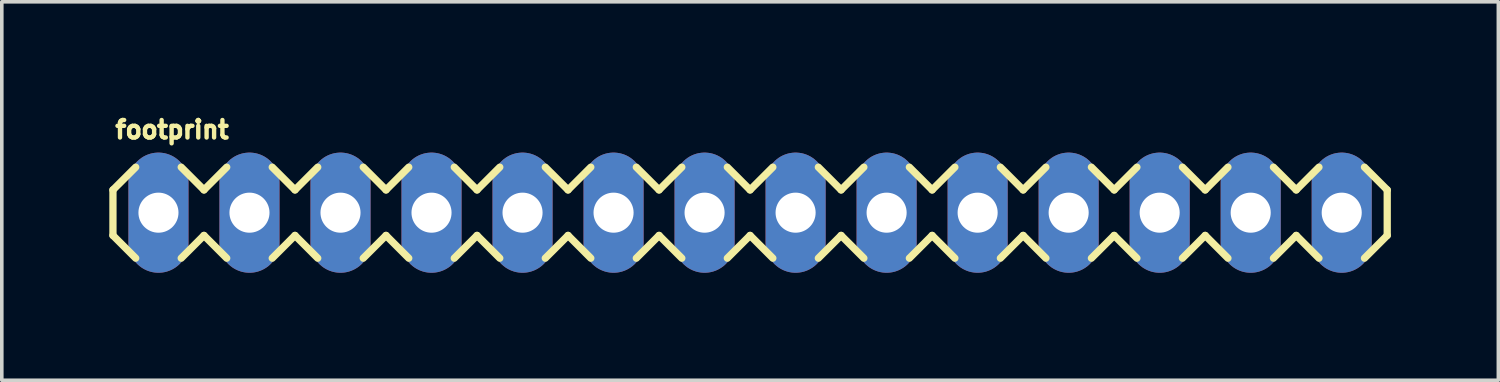
<source format=kicad_pcb>
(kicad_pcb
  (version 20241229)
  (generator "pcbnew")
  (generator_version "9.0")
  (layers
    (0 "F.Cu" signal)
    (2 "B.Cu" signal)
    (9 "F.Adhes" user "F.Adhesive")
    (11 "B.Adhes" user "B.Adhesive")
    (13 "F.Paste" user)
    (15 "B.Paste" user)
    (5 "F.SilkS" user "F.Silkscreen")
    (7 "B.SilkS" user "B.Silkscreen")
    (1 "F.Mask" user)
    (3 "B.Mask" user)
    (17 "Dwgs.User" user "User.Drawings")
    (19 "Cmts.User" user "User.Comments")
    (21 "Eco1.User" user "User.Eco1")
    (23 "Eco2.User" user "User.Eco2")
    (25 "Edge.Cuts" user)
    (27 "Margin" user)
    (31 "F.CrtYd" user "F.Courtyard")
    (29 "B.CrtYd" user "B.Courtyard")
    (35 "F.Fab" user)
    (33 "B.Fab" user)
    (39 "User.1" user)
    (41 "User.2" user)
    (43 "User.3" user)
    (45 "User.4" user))
  (footprint "footprint"
    (layer "F.Cu")
    (at 1.372 2.885)
    (property "Reference" "footprint" (at -1.27 -2.032 0) (layer "F.SilkS") (effects (font (size 0.488 0.488) (thickness 0.122)) (justify left bottom)))
    (fp_line (start -1.27 -0.635) (end -1.27 0.635) (stroke (width 0.203) (type solid)) (layer "F.SilkS"))
    (fp_line (start -1.27 0.635) (end -0.635 1.27) (stroke (width 0.203) (type solid)) (layer "F.SilkS"))
    (fp_line (start -0.635 -1.27) (end -1.27 -0.635) (stroke (width 0.203) (type solid)) (layer "F.SilkS"))
    (fp_line (start 0.635 -1.27) (end 1.27 -0.635) (stroke (width 0.203) (type solid)) (layer "F.SilkS"))
    (fp_line (start 1.27 -0.635) (end 1.905 -1.27) (stroke (width 0.203) (type solid)) (layer "F.SilkS"))
    (fp_line (start 1.27 0.635) (end 0.635 1.27) (stroke (width 0.203) (type solid)) (layer "F.SilkS"))
    (fp_line (start 1.905 1.27) (end 1.27 0.635) (stroke (width 0.203) (type solid)) (layer "F.SilkS"))
    (fp_line (start 3.175 -1.27) (end 3.81 -0.635) (stroke (width 0.203) (type solid)) (layer "F.SilkS"))
    (fp_line (start 3.81 -0.635) (end 4.445 -1.27) (stroke (width 0.203) (type solid)) (layer "F.SilkS"))
    (fp_line (start 3.81 0.635) (end 3.175 1.27) (stroke (width 0.203) (type solid)) (layer "F.SilkS"))
    (fp_line (start 4.445 1.27) (end 3.81 0.635) (stroke (width 0.203) (type solid)) (layer "F.SilkS"))
    (fp_line (start 5.715 -1.27) (end 6.35 -0.635) (stroke (width 0.203) (type solid)) (layer "F.SilkS"))
    (fp_line (start 6.35 0.635) (end 5.715 1.27) (stroke (width 0.203) (type solid)) (layer "F.SilkS"))
    (fp_line (start 6.35 0.635) (end 6.985 1.27) (stroke (width 0.203) (type solid)) (layer "F.SilkS"))
    (fp_line (start 6.985 -1.27) (end 6.35 -0.635) (stroke (width 0.203) (type solid)) (layer "F.SilkS"))
    (fp_line (start 8.255 -1.27) (end 8.89 -0.635) (stroke (width 0.203) (type solid)) (layer "F.SilkS"))
    (fp_line (start 8.89 -0.635) (end 9.525 -1.27) (stroke (width 0.203) (type solid)) (layer "F.SilkS"))
    (fp_line (start 8.89 0.635) (end 8.255 1.27) (stroke (width 0.203) (type solid)) (layer "F.SilkS"))
    (fp_line (start 9.525 1.27) (end 8.89 0.635) (stroke (width 0.203) (type solid)) (layer "F.SilkS"))
    (fp_line (start 10.795 -1.27) (end 11.43 -0.635) (stroke (width 0.203) (type solid)) (layer "F.SilkS"))
    (fp_line (start 11.43 -0.635) (end 12.065 -1.27) (stroke (width 0.203) (type solid)) (layer "F.SilkS"))
    (fp_line (start 11.43 0.635) (end 10.795 1.27) (stroke (width 0.203) (type solid)) (layer "F.SilkS"))
    (fp_line (start 12.065 1.27) (end 11.43 0.635) (stroke (width 0.203) (type solid)) (layer "F.SilkS"))
    (fp_line (start 13.335 -1.27) (end 13.97 -0.635) (stroke (width 0.203) (type solid)) (layer "F.SilkS"))
    (fp_line (start 13.97 0.635) (end 13.335 1.27) (stroke (width 0.203) (type solid)) (layer "F.SilkS"))
    (fp_line (start 13.97 0.635) (end 14.605 1.27) (stroke (width 0.203) (type solid)) (layer "F.SilkS"))
    (fp_line (start 14.605 -1.27) (end 13.97 -0.635) (stroke (width 0.203) (type solid)) (layer "F.SilkS"))
    (fp_line (start 15.875 -1.27) (end 16.51 -0.635) (stroke (width 0.203) (type solid)) (layer "F.SilkS"))
    (fp_line (start 16.51 0.635) (end 15.875 1.27) (stroke (width 0.203) (type solid)) (layer "F.SilkS"))
    (fp_line (start 16.51 0.635) (end 17.145 1.27) (stroke (width 0.203) (type solid)) (layer "F.SilkS"))
    (fp_line (start 17.145 -1.27) (end 16.51 -0.635) (stroke (width 0.203) (type solid)) (layer "F.SilkS"))
    (fp_line (start 18.415 -1.27) (end 19.05 -0.635) (stroke (width 0.203) (type solid)) (layer "F.SilkS"))
    (fp_line (start 19.05 -0.635) (end 19.685 -1.27) (stroke (width 0.203) (type solid)) (layer "F.SilkS"))
    (fp_line (start 19.05 0.635) (end 18.415 1.27) (stroke (width 0.203) (type solid)) (layer "F.SilkS"))
    (fp_line (start 19.685 1.27) (end 19.05 0.635) (stroke (width 0.203) (type solid)) (layer "F.SilkS"))
    (fp_line (start 20.955 -1.27) (end 21.59 -0.635) (stroke (width 0.203) (type solid)) (layer "F.SilkS"))
    (fp_line (start 21.59 -0.635) (end 22.225 -1.27) (stroke (width 0.203) (type solid)) (layer "F.SilkS"))
    (fp_line (start 21.59 0.635) (end 20.955 1.27) (stroke (width 0.203) (type solid)) (layer "F.SilkS"))
    (fp_line (start 22.225 1.27) (end 21.59 0.635) (stroke (width 0.203) (type solid)) (layer "F.SilkS"))
    (fp_line (start 23.495 -1.27) (end 24.13 -0.635) (stroke (width 0.203) (type solid)) (layer "F.SilkS"))
    (fp_line (start 24.13 0.635) (end 23.495 1.27) (stroke (width 0.203) (type solid)) (layer "F.SilkS"))
    (fp_line (start 24.13 0.635) (end 24.765 1.27) (stroke (width 0.203) (type solid)) (layer "F.SilkS"))
    (fp_line (start 24.765 -1.27) (end 24.13 -0.635) (stroke (width 0.203) (type solid)) (layer "F.SilkS"))
    (fp_line (start 26.035 -1.27) (end 26.67 -0.635) (stroke (width 0.203) (type solid)) (layer "F.SilkS"))
    (fp_line (start 26.67 -0.635) (end 27.305 -1.27) (stroke (width 0.203) (type solid)) (layer "F.SilkS"))
    (fp_line (start 26.67 0.635) (end 26.035 1.27) (stroke (width 0.203) (type solid)) (layer "F.SilkS"))
    (fp_line (start 27.305 1.27) (end 26.67 0.635) (stroke (width 0.203) (type solid)) (layer "F.SilkS"))
    (fp_line (start 28.575 -1.27) (end 29.21 -0.635) (stroke (width 0.203) (type solid)) (layer "F.SilkS"))
    (fp_line (start 29.21 -0.635) (end 29.845 -1.27) (stroke (width 0.203) (type solid)) (layer "F.SilkS"))
    (fp_line (start 29.21 0.635) (end 28.575 1.27) (stroke (width 0.203) (type solid)) (layer "F.SilkS"))
    (fp_line (start 29.845 1.27) (end 29.21 0.635) (stroke (width 0.203) (type solid)) (layer "F.SilkS"))
    (fp_line (start 31.115 -1.27) (end 31.75 -0.635) (stroke (width 0.203) (type solid)) (layer "F.SilkS"))
    (fp_line (start 31.75 0.635) (end 31.115 1.27) (stroke (width 0.203) (type solid)) (layer "F.SilkS"))
    (fp_line (start 31.75 0.635) (end 32.385 1.27) (stroke (width 0.203) (type solid)) (layer "F.SilkS"))
    (fp_line (start 32.385 -1.27) (end 31.75 -0.635) (stroke (width 0.203) (type solid)) (layer "F.SilkS"))
    (fp_line (start 33.655 -1.27) (end 34.29 -0.635) (stroke (width 0.203) (type solid)) (layer "F.SilkS"))
    (fp_line (start 34.29 -0.635) (end 34.29 0.635) (stroke (width 0.203) (type solid)) (layer "F.SilkS"))
    (fp_line (start 34.29 0.635) (end 33.655 1.27) (stroke (width 0.203) (type solid)) (layer "F.SilkS"))
    (fp_poly (pts (xy -0.254 0.254) (xy 0.254 0.254) (xy 0.254 -0.254) (xy -0.254 -0.254)) (stroke (width 0.1) (type solid)) (fill no) (layer "F.Fab"))
    (fp_poly (pts (xy 2.286 0.254) (xy 2.794 0.254) (xy 2.794 -0.254) (xy 2.286 -0.254)) (stroke (width 0.1) (type solid)) (fill no) (layer "F.Fab"))
    (fp_poly (pts (xy 4.826 0.254) (xy 5.334 0.254) (xy 5.334 -0.254) (xy 4.826 -0.254)) (stroke (width 0.1) (type solid)) (fill no) (layer "F.Fab"))
    (fp_poly (pts (xy 7.366 0.254) (xy 7.874 0.254) (xy 7.874 -0.254) (xy 7.366 -0.254)) (stroke (width 0.1) (type solid)) (fill no) (layer "F.Fab"))
    (fp_poly (pts (xy 9.906 0.254) (xy 10.414 0.254) (xy 10.414 -0.254) (xy 9.906 -0.254)) (stroke (width 0.1) (type solid)) (fill no) (layer "F.Fab"))
    (fp_poly (pts (xy 12.446 0.254) (xy 12.954 0.254) (xy 12.954 -0.254) (xy 12.446 -0.254)) (stroke (width 0.1) (type solid)) (fill no) (layer "F.Fab"))
    (fp_poly (pts (xy 14.986 0.254) (xy 15.494 0.254) (xy 15.494 -0.254) (xy 14.986 -0.254)) (stroke (width 0.1) (type solid)) (fill no) (layer "F.Fab"))
    (fp_poly (pts (xy 17.526 0.254) (xy 18.034 0.254) (xy 18.034 -0.254) (xy 17.526 -0.254)) (stroke (width 0.1) (type solid)) (fill no) (layer "F.Fab"))
    (fp_poly (pts (xy 20.066 0.254) (xy 20.574 0.254) (xy 20.574 -0.254) (xy 20.066 -0.254)) (stroke (width 0.1) (type solid)) (fill no) (layer "F.Fab"))
    (fp_poly (pts (xy 22.606 0.254) (xy 23.114 0.254) (xy 23.114 -0.254) (xy 22.606 -0.254)) (stroke (width 0.1) (type solid)) (fill no) (layer "F.Fab"))
    (fp_poly (pts (xy 25.146 0.254) (xy 25.654 0.254) (xy 25.654 -0.254) (xy 25.146 -0.254)) (stroke (width 0.1) (type solid)) (fill no) (layer "F.Fab"))
    (fp_poly (pts (xy 27.686 0.254) (xy 28.194 0.254) (xy 28.194 -0.254) (xy 27.686 -0.254)) (stroke (width 0.1) (type solid)) (fill no) (layer "F.Fab"))
    (fp_poly (pts (xy 30.226 0.254) (xy 30.734 0.254) (xy 30.734 -0.254) (xy 30.226 -0.254)) (stroke (width 0.1) (type solid)) (fill no) (layer "F.Fab"))
    (fp_poly (pts (xy 32.766 0.254) (xy 33.274 0.254) (xy 33.274 -0.254) (xy 32.766 -0.254)) (stroke (width 0.1) (type solid)) (fill no) (layer "F.Fab"))
    (pad "1" thru_hole oval (at 0 0 90) (size 3.353 1.676) (drill 1.118) (layers "*.Cu" "*.Mask"))
    (pad "2" thru_hole oval (at 2.54 0 90) (size 3.353 1.676) (drill 1.118) (layers "*.Cu" "*.Mask"))
    (pad "3" thru_hole oval (at 5.08 0 90) (size 3.353 1.676) (drill 1.118) (layers "*.Cu" "*.Mask"))
    (pad "4" thru_hole oval (at 7.62 0 90) (size 3.353 1.676) (drill 1.118) (layers "*.Cu" "*.Mask"))
    (pad "5" thru_hole oval (at 10.16 0 90) (size 3.353 1.676) (drill 1.118) (layers "*.Cu" "*.Mask"))
    (pad "6" thru_hole oval (at 12.7 0 90) (size 3.353 1.676) (drill 1.118) (layers "*.Cu" "*.Mask"))
    (pad "7" thru_hole oval (at 15.24 0 90) (size 3.353 1.676) (drill 1.118) (layers "*.Cu" "*.Mask"))
    (pad "8" thru_hole oval (at 17.78 0 90) (size 3.353 1.676) (drill 1.118) (layers "*.Cu" "*.Mask"))
    (pad "9" thru_hole oval (at 20.32 0 90) (size 3.353 1.676) (drill 1.118) (layers "*.Cu" "*.Mask"))
    (pad "10" thru_hole oval (at 22.86 0 90) (size 3.353 1.676) (drill 1.118) (layers "*.Cu" "*.Mask"))
    (pad "11" thru_hole oval (at 25.4 0 90) (size 3.353 1.676) (drill 1.118) (layers "*.Cu" "*.Mask"))
    (pad "12" thru_hole oval (at 27.94 0 90) (size 3.353 1.676) (drill 1.118) (layers "*.Cu" "*.Mask"))
    (pad "13" thru_hole oval (at 30.48 0 90) (size 3.353 1.676) (drill 1.118) (layers "*.Cu" "*.Mask"))
    (pad "14" thru_hole oval (at 33.02 0 90) (size 3.353 1.676) (drill 1.118) (layers "*.Cu" "*.Mask")))
  (gr_rect
    (start -3 -3)
    (end 38.763 7.562)
    (stroke (width 0.1) (type default))
    (fill no)
    (layer "Edge.Cuts")))
</source>
